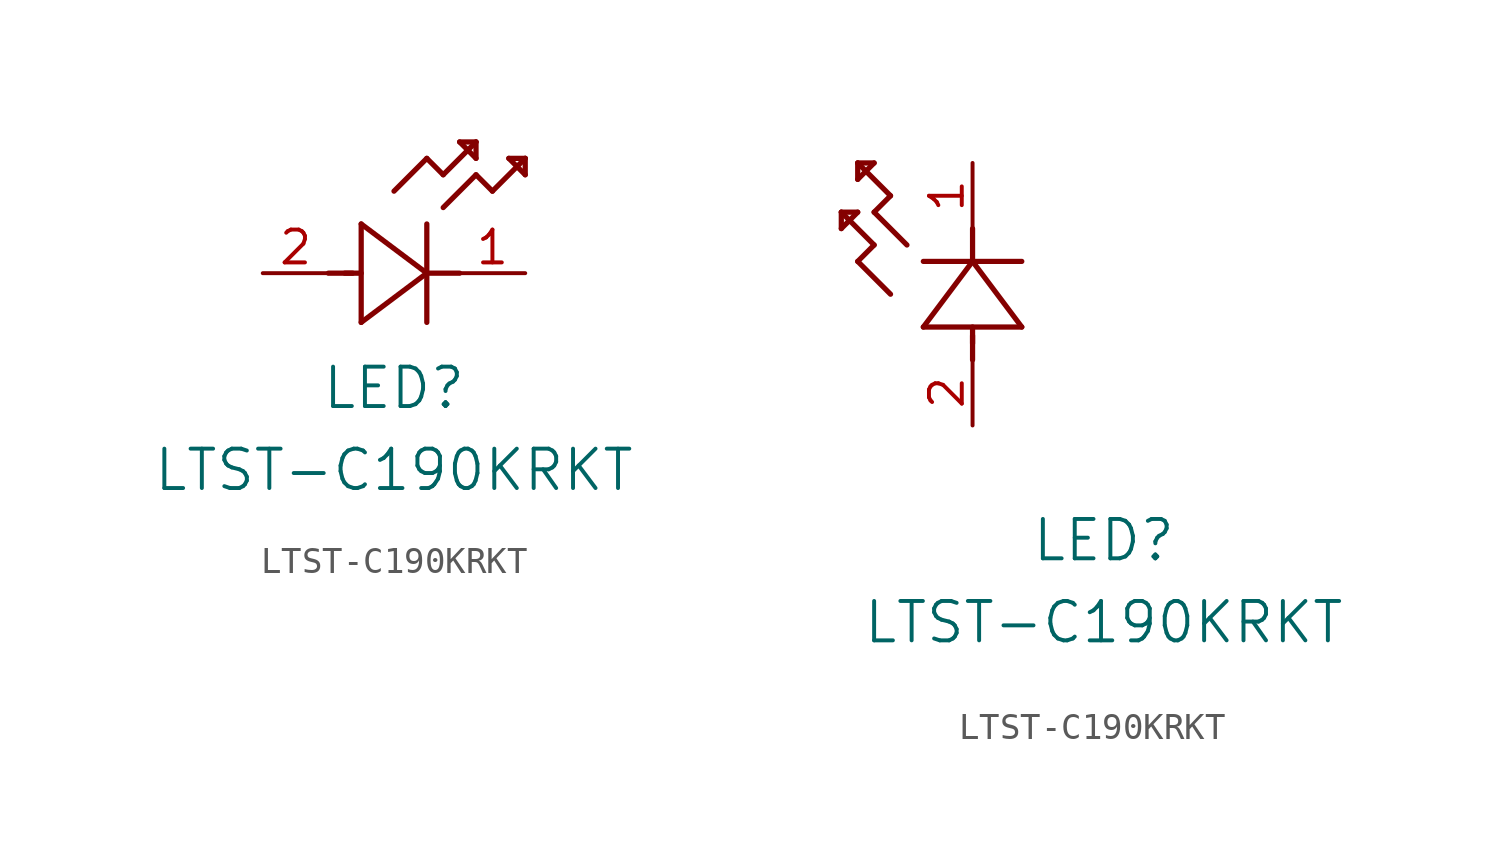
<source format=kicad_sym>
(kicad_symbol_lib
  (version 20211014)
  (generator kicad_symbol_editor)
  (symbol "LTST-C190KRKT"
    (pin_names
      (offset 0.254))
    (property "Reference" "LED"
      (at 5.08 -4.445 0)
      (effects (font (size 1.524 1.524))))
    (property "Value" "LTST-C190KRKT"
      (at 5.08 -7.62 0)
      (effects (font (size 1.524 1.524))))
    (symbol "LTST-C190KRKT_1_1"
      (polyline (pts (xy 2.54 0) (xy 3.48 0)) (stroke (width 0.203) (type default) (color 0 0 0 0)) (fill (type none)))
      (polyline (pts (xy 3.81 1.905) (xy 3.81 -1.905)) (stroke (width 0.203) (type default) (color 0 0 0 0)) (fill (type none)))
      (polyline (pts (xy 3.175 0) (xy 3.81 0)) (stroke (width 0.203) (type default) (color 0 0 0 0)) (fill (type none)))
      (polyline (pts (xy 6.35 -1.905) (xy 6.35 1.905)) (stroke (width 0.203) (type default) (color 0 0 0 0)) (fill (type none)))
      (polyline (pts (xy 6.35 0) (xy 7.62 0)) (stroke (width 0.203) (type default) (color 0 0 0 0)) (fill (type none)))
      (polyline (pts (xy 6.35 4.445) (xy 6.985 3.81)) (stroke (width 0.203) (type default) (color 0 0 0 0)) (fill (type none)))
      (polyline (pts (xy 6.985 3.81) (xy 8.255 5.08)) (stroke (width 0.203) (type default) (color 0 0 0 0)) (fill (type none)))
      (polyline (pts (xy 8.255 3.81) (xy 8.89 3.175)) (stroke (width 0.203) (type default) (color 0 0 0 0)) (fill (type none)))
      (polyline (pts (xy 8.89 3.175) (xy 10.16 4.445)) (stroke (width 0.203) (type default) (color 0 0 0 0)) (fill (type none)))
      (polyline (pts (xy 8.255 5.08) (xy 7.62 5.08)) (stroke (width 0.203) (type default) (color 0 0 0 0)) (fill (type none)))
      (polyline (pts (xy 7.62 5.08) (xy 8.255 4.445)) (stroke (width 0.203) (type default) (color 0 0 0 0)) (fill (type none)))
      (polyline (pts (xy 8.255 4.445) (xy 8.255 5.08)) (stroke (width 0.203) (type default) (color 0 0 0 0)) (fill (type none)))
      (polyline (pts (xy 10.16 4.445) (xy 9.525 4.445)) (stroke (width 0.203) (type default) (color 0 0 0 0)) (fill (type none)))
      (polyline (pts (xy 9.525 4.445) (xy 10.16 3.81)) (stroke (width 0.203) (type default) (color 0 0 0 0)) (fill (type none)))
      (polyline (pts (xy 10.16 3.81) (xy 10.16 4.445)) (stroke (width 0.203) (type default) (color 0 0 0 0)) (fill (type none)))
      (polyline (pts (xy 6.985 2.54) (xy 8.255 3.81)) (stroke (width 0.203) (type default) (color 0 0 0 0)) (fill (type none)))
      (polyline (pts (xy 6.35 0) (xy 3.81 1.905)) (stroke (width 0.203) (type default) (color 0 0 0 0)) (fill (type none)))
      (polyline (pts (xy 3.81 -1.905) (xy 6.35 0)) (stroke (width 0.203) (type default) (color 0 0 0 0)) (fill (type none)))
      (polyline (pts (xy 5.08 3.175) (xy 6.35 4.445)) (stroke (width 0.203) (type default) (color 0 0 0 0)) (fill (type none)))
      (pin unspecified line (at 10.16 0 180) (length 2.54) (name "" (effects (font (size 1.27 1.27)))) (number "1" (effects (font (size 1.27 1.27)))))
      (pin unspecified line (at 0 0 0) (length 2.54) (name "" (effects (font (size 1.27 1.27)))) (number "2" (effects (font (size 1.27 1.27))))))
    (symbol "LTST-C190KRKT_1_2"
      (polyline (pts (xy 0 2.54) (xy 0 3.48)) (stroke (width 0.203) (type default) (color 0 0 0 0)) (fill (type none)))
      (polyline (pts (xy -1.905 3.81) (xy 1.905 3.81)) (stroke (width 0.203) (type default) (color 0 0 0 0)) (fill (type none)))
      (polyline (pts (xy 0 3.175) (xy 0 3.81)) (stroke (width 0.203) (type default) (color 0 0 0 0)) (fill (type none)))
      (polyline (pts (xy 1.905 6.35) (xy -1.905 6.35)) (stroke (width 0.203) (type default) (color 0 0 0 0)) (fill (type none)))
      (polyline (pts (xy 0 6.35) (xy 0 7.62)) (stroke (width 0.203) (type default) (color 0 0 0 0)) (fill (type none)))
      (polyline (pts (xy 0 6.35) (xy -1.905 3.81)) (stroke (width 0.203) (type default) (color 0 0 0 0)) (fill (type none)))
      (polyline (pts (xy 1.905 3.81) (xy 0 6.35)) (stroke (width 0.203) (type default) (color 0 0 0 0)) (fill (type none)))
      (polyline (pts (xy -4.445 6.35) (xy -3.81 6.985)) (stroke (width 0.203) (type default) (color 0 0 0 0)) (fill (type none)))
      (polyline (pts (xy -2.54 6.985) (xy -3.81 8.255)) (stroke (width 0.203) (type default) (color 0 0 0 0)) (fill (type none)))
      (polyline (pts (xy -3.175 5.08) (xy -4.445 6.35)) (stroke (width 0.203) (type default) (color 0 0 0 0)) (fill (type none)))
      (polyline (pts (xy -4.445 10.16) (xy -4.445 9.525)) (stroke (width 0.203) (type default) (color 0 0 0 0)) (fill (type none)))
      (polyline (pts (xy -4.445 9.525) (xy -3.81 10.16)) (stroke (width 0.203) (type default) (color 0 0 0 0)) (fill (type none)))
      (polyline (pts (xy -3.81 10.16) (xy -4.445 10.16)) (stroke (width 0.203) (type default) (color 0 0 0 0)) (fill (type none)))
      (polyline (pts (xy -3.81 8.255) (xy -3.175 8.89)) (stroke (width 0.203) (type default) (color 0 0 0 0)) (fill (type none)))
      (polyline (pts (xy -3.175 8.89) (xy -4.445 10.16)) (stroke (width 0.203) (type default) (color 0 0 0 0)) (fill (type none)))
      (polyline (pts (xy -3.81 6.985) (xy -5.08 8.255)) (stroke (width 0.203) (type default) (color 0 0 0 0)) (fill (type none)))
      (polyline (pts (xy -5.08 8.255) (xy -5.08 7.62)) (stroke (width 0.203) (type default) (color 0 0 0 0)) (fill (type none)))
      (polyline (pts (xy -5.08 7.62) (xy -4.445 8.255)) (stroke (width 0.203) (type default) (color 0 0 0 0)) (fill (type none)))
      (polyline (pts (xy -4.445 8.255) (xy -5.08 8.255)) (stroke (width 0.203) (type default) (color 0 0 0 0)) (fill (type none)))
      (pin unspecified line (at 0 10.16 270) (length 2.54) (name "" (effects (font (size 1.27 1.27)))) (number "1" (effects (font (size 1.27 1.27)))))
      (pin unspecified line (at 0 0 90) (length 2.54) (name "" (effects (font (size 1.27 1.27)))) (number "2" (effects (font (size 1.27 1.27))))))))
</source>
